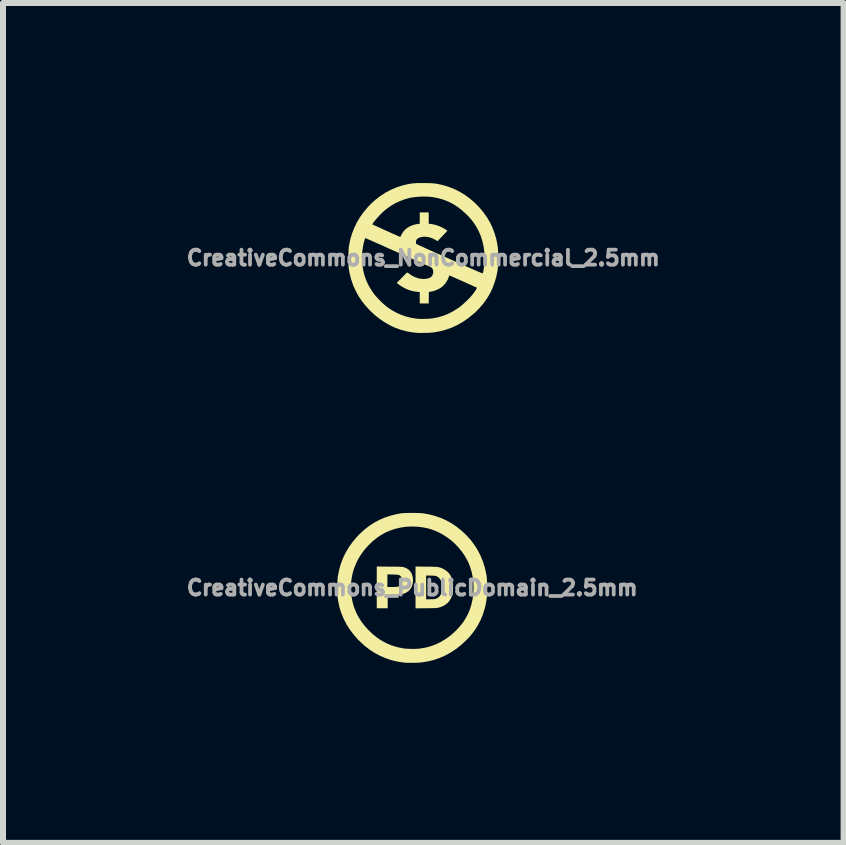
<source format=kicad_pcb>
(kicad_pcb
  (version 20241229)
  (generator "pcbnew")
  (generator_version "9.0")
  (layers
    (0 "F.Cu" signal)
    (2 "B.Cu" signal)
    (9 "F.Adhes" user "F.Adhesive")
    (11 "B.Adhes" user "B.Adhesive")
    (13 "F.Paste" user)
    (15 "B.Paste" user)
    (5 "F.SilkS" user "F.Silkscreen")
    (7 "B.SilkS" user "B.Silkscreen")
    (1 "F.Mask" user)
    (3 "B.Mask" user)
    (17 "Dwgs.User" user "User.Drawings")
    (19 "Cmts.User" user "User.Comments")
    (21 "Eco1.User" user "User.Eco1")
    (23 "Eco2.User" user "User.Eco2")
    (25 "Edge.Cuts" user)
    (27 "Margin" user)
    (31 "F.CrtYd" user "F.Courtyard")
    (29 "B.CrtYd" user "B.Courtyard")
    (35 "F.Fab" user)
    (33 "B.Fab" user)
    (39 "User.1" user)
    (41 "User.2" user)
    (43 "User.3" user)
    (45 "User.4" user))
  (footprint "CreativeCommons_NonCommercial_2.5mm"
    (layer "F.Cu")
    (at 4.003 1.248)
    (property "Reference" "CreativeCommons_NonCommercial_2.5mm" (at 0 0 0) (layer "F.Fab") (effects (font (size 0.25 0.25) (thickness 0.3))))
    (attr board_only exclude_from_pos_files exclude_from_bom)
    (fp_poly (pts (xy 0.055 -1.247) (xy 0.099 -1.246) (xy 0.137 -1.245) (xy 0.171 -1.242) (xy 0.202 -1.239) (xy 0.233 -1.234) (xy 0.266 -1.227) (xy 0.301 -1.22) (xy 0.317 -1.216) (xy 0.417 -1.187) (xy 0.513 -1.149) (xy 0.605 -1.104) (xy 0.694 -1.05) (xy 0.778 -0.989) (xy 0.858 -0.92) (xy 0.932 -0.844) (xy 0.94 -0.835) (xy 1.006 -0.755) (xy 1.064 -0.673) (xy 1.113 -0.589) (xy 1.155 -0.501) (xy 1.189 -0.409) (xy 1.217 -0.312) (xy 1.237 -0.21) (xy 1.24 -0.195) (xy 1.243 -0.17) (xy 1.245 -0.137) (xy 1.247 -0.099) (xy 1.248 -0.057) (xy 1.248 -0.012) (xy 1.248 0.033) (xy 1.247 0.076) (xy 1.246 0.117) (xy 1.244 0.153) (xy 1.241 0.182) (xy 1.24 0.194) (xy 1.22 0.3) (xy 1.192 0.4) (xy 1.157 0.496) (xy 1.115 0.586) (xy 1.064 0.672) (xy 1.006 0.754) (xy 0.939 0.833) (xy 0.865 0.908) (xy 0.837 0.932) (xy 0.752 1.002) (xy 0.664 1.063) (xy 0.574 1.115) (xy 0.48 1.159) (xy 0.383 1.194) (xy 0.283 1.221) (xy 0.18 1.24) (xy 0.152 1.243) (xy 0.133 1.245) (xy 0.107 1.246) (xy 0.076 1.248) (xy 0.043 1.249) (xy 0.009 1.249) (xy -0.025 1.25) (xy -0.057 1.25) (xy -0.085 1.249) (xy -0.107 1.248) (xy -0.122 1.247) (xy -0.123 1.247) (xy -0.132 1.246) (xy -0.148 1.244) (xy -0.167 1.241) (xy -0.175 1.241) (xy -0.274 1.224) (xy -0.37 1.199) (xy -0.465 1.165) (xy -0.557 1.122) (xy -0.646 1.071) (xy -0.732 1.012) (xy -0.815 0.945) (xy -0.882 0.882) (xy -0.956 0.803) (xy -1.021 0.721) (xy -1.078 0.637) (xy -1.126 0.549) (xy -1.167 0.458) (xy -1.2 0.363) (xy -1.226 0.263) (xy -1.242 0.175) (xy -1.244 0.152) (xy -1.246 0.122) (xy -1.247 0.086) (xy -1.248 0.046) (xy -1.248 0.004) (xy -1.248 -0.014) (xy -1.022 -0.014) (xy -1.021 0.04) (xy -1.013 0.135) (xy -0.997 0.225) (xy -0.974 0.311) (xy -0.942 0.394) (xy -0.903 0.474) (xy -0.854 0.552) (xy -0.819 0.602) (xy -0.798 0.628) (xy -0.772 0.657) (xy -0.742 0.689) (xy -0.711 0.721) (xy -0.679 0.752) (xy -0.648 0.78) (xy -0.621 0.803) (xy -0.608 0.813) (xy -0.529 0.867) (xy -0.449 0.912) (xy -0.365 0.949) (xy -0.279 0.979) (xy -0.189 1) (xy -0.094 1.014) (xy -0.077 1.015) (xy -0.057 1.016) (xy -0.03 1.017) (xy 0.001 1.016) (xy 0.036 1.015) (xy 0.07 1.014) (xy 0.103 1.012) (xy 0.132 1.009) (xy 0.154 1.007) (xy 0.155 1.007) (xy 0.246 0.989) (xy 0.333 0.964) (xy 0.418 0.93) (xy 0.499 0.888) (xy 0.579 0.837) (xy 0.613 0.813) (xy 0.639 0.792) (xy 0.669 0.765) (xy 0.702 0.735) (xy 0.734 0.704) (xy 0.766 0.672) (xy 0.794 0.642) (xy 0.816 0.615) (xy 0.818 0.614) (xy 0.836 0.59) (xy 0.853 0.567) (xy 0.868 0.545) (xy 0.88 0.526) (xy 0.888 0.511) (xy 0.893 0.5) (xy 0.893 0.496) (xy 0.888 0.493) (xy 0.876 0.488) (xy 0.858 0.48) (xy 0.834 0.469) (xy 0.805 0.456) (xy 0.773 0.441) (xy 0.738 0.426) (xy 0.702 0.409) (xy 0.664 0.392) (xy 0.626 0.375) (xy 0.589 0.359) (xy 0.555 0.344) (xy 0.523 0.329) (xy 0.494 0.317) (xy 0.471 0.306) (xy 0.452 0.298) (xy 0.441 0.294) (xy 0.438 0.292) (xy 0.434 0.295) (xy 0.429 0.306) (xy 0.425 0.317) (xy 0.409 0.359) (xy 0.385 0.4) (xy 0.356 0.439) (xy 0.323 0.473) (xy 0.295 0.495) (xy 0.254 0.519) (xy 0.209 0.539) (xy 0.164 0.554) (xy 0.121 0.563) (xy 0.12 0.563) (xy 0.093 0.566) (xy 0.092 0.663) (xy 0.091 0.759) (xy -0.059 0.759) (xy -0.059 0.569) (xy -0.09 0.566) (xy -0.137 0.56) (xy -0.183 0.551) (xy -0.224 0.54) (xy -0.23 0.538) (xy -0.264 0.525) (xy -0.302 0.508) (xy -0.34 0.487) (xy -0.376 0.465) (xy -0.402 0.447) (xy -0.442 0.417) (xy -0.413 0.387) (xy -0.385 0.358) (xy -0.358 0.331) (xy -0.334 0.306) (xy -0.312 0.284) (xy -0.294 0.265) (xy -0.28 0.252) (xy -0.27 0.243) (xy -0.267 0.241) (xy -0.262 0.244) (xy -0.251 0.251) (xy -0.238 0.261) (xy -0.231 0.266) (xy -0.182 0.299) (xy -0.129 0.324) (xy -0.075 0.341) (xy -0.019 0.35) (xy 0.005 0.351) (xy 0.049 0.348) (xy 0.086 0.34) (xy 0.116 0.327) (xy 0.14 0.308) (xy 0.155 0.284) (xy 0.164 0.254) (xy 0.166 0.234) (xy 0.165 0.215) (xy 0.163 0.202) (xy 0.158 0.19) (xy 0.152 0.18) (xy 0.147 0.172) (xy 0.143 0.166) (xy 0.136 0.161) (xy 0.128 0.155) (xy 0.115 0.149) (xy 0.098 0.14) (xy 0.074 0.13) (xy 0.052 0.121) (xy 0.037 0.114) (xy 0.022 0.107) (xy 0.006 0.101) (xy -0.01 0.093) (xy -0.028 0.086) (xy -0.048 0.077) (xy -0.07 0.067) (xy -0.094 0.056) (xy -0.122 0.044) (xy -0.154 0.03) (xy -0.191 0.013) (xy -0.232 -0.005) (xy -0.278 -0.026) (xy -0.33 -0.049) (xy -0.388 -0.075) (xy -0.453 -0.104) (xy -0.526 -0.136) (xy -0.606 -0.172) (xy -0.619 -0.178) (xy -0.672 -0.202) (xy -0.722 -0.224) (xy -0.77 -0.245) (xy -0.813 -0.264) (xy -0.853 -0.282) (xy -0.887 -0.297) (xy -0.916 -0.31) (xy -0.939 -0.32) (xy -0.955 -0.327) (xy -0.964 -0.331) (xy -0.966 -0.332) (xy -0.968 -0.328) (xy -0.973 -0.316) (xy -0.978 -0.299) (xy -0.984 -0.278) (xy -0.99 -0.255) (xy -0.996 -0.23) (xy -1.001 -0.207) (xy -1.002 -0.203) (xy -1.012 -0.142) (xy -1.019 -0.078) (xy -1.022 -0.014) (xy -1.248 -0.014) (xy -1.248 -0.039) (xy -1.247 -0.08) (xy -1.245 -0.119) (xy -1.243 -0.153) (xy -1.241 -0.181) (xy -1.239 -0.193) (xy -1.219 -0.298) (xy -1.19 -0.399) (xy -1.152 -0.497) (xy -1.12 -0.563) (xy -0.847 -0.563) (xy -0.847 -0.559) (xy -0.842 -0.556) (xy -0.83 -0.55) (xy -0.811 -0.542) (xy -0.787 -0.531) (xy -0.759 -0.518) (xy -0.726 -0.503) (xy -0.691 -0.487) (xy -0.654 -0.47) (xy -0.616 -0.453) (xy -0.578 -0.436) (xy -0.541 -0.419) (xy -0.505 -0.403) (xy -0.473 -0.389) (xy -0.444 -0.376) (xy -0.419 -0.365) (xy -0.4 -0.357) (xy -0.388 -0.352) (xy -0.382 -0.35) (xy -0.382 -0.35) (xy -0.379 -0.354) (xy -0.375 -0.364) (xy -0.373 -0.368) (xy -0.366 -0.384) (xy -0.355 -0.405) (xy -0.34 -0.427) (xy -0.324 -0.448) (xy -0.309 -0.466) (xy -0.302 -0.472) (xy -0.266 -0.501) (xy -0.224 -0.526) (xy -0.192 -0.54) (xy -0.167 -0.549) (xy -0.141 -0.556) (xy -0.114 -0.562) (xy -0.091 -0.567) (xy -0.073 -0.568) (xy -0.059 -0.568) (xy -0.059 -0.759) (xy 0.091 -0.759) (xy 0.091 -0.57) (xy 0.133 -0.565) (xy 0.197 -0.553) (xy 0.259 -0.532) (xy 0.307 -0.511) (xy 0.331 -0.498) (xy 0.354 -0.486) (xy 0.373 -0.474) (xy 0.388 -0.463) (xy 0.398 -0.455) (xy 0.4 -0.451) (xy 0.397 -0.447) (xy 0.388 -0.437) (xy 0.375 -0.423) (xy 0.358 -0.405) (xy 0.338 -0.384) (xy 0.319 -0.364) (xy 0.238 -0.28) (xy 0.207 -0.299) (xy 0.155 -0.325) (xy 0.104 -0.343) (xy 0.053 -0.353) (xy 0.003 -0.353) (xy -0.036 -0.347) (xy -0.066 -0.338) (xy -0.09 -0.325) (xy -0.108 -0.31) (xy -0.115 -0.299) (xy -0.12 -0.283) (xy -0.122 -0.265) (xy -0.122 -0.248) (xy -0.118 -0.236) (xy -0.117 -0.235) (xy -0.116 -0.234) (xy -0.114 -0.233) (xy -0.11 -0.23) (xy -0.105 -0.228) (xy -0.097 -0.224) (xy -0.087 -0.219) (xy -0.074 -0.213) (xy -0.058 -0.205) (xy -0.039 -0.196) (xy -0.015 -0.186) (xy 0.013 -0.173) (xy 0.046 -0.158) (xy 0.083 -0.141) (xy 0.126 -0.122) (xy 0.175 -0.1) (xy 0.23 -0.076) (xy 0.291 -0.048) (xy 0.36 -0.018) (xy 0.435 0.016) (xy 0.518 0.053) (xy 0.602 0.09) (xy 0.672 0.121) (xy 0.733 0.149) (xy 0.787 0.172) (xy 0.834 0.193) (xy 0.873 0.21) (xy 0.907 0.225) (xy 0.934 0.236) (xy 0.956 0.245) (xy 0.972 0.251) (xy 0.983 0.255) (xy 0.99 0.257) (xy 0.992 0.257) (xy 0.994 0.25) (xy 0.997 0.237) (xy 1.001 0.218) (xy 1.005 0.197) (xy 1.017 0.101) (xy 1.022 0.005) (xy 1.018 -0.09) (xy 1.007 -0.182) (xy 0.987 -0.272) (xy 0.961 -0.358) (xy 0.926 -0.441) (xy 0.885 -0.518) (xy 0.865 -0.55) (xy 0.837 -0.591) (xy 0.809 -0.628) (xy 0.78 -0.662) (xy 0.748 -0.698) (xy 0.718 -0.727) (xy 0.646 -0.793) (xy 0.571 -0.851) (xy 0.494 -0.9) (xy 0.413 -0.941) (xy 0.328 -0.973) (xy 0.24 -0.998) (xy 0.147 -1.015) (xy 0.139 -1.016) (xy 0.079 -1.021) (xy 0.014 -1.023) (xy -0.053 -1.021) (xy -0.12 -1.016) (xy -0.184 -1.008) (xy -0.229 -1) (xy -0.31 -0.977) (xy -0.39 -0.947) (xy -0.469 -0.91) (xy -0.544 -0.865) (xy -0.614 -0.816) (xy -0.639 -0.795) (xy -0.661 -0.776) (xy -0.684 -0.754) (xy -0.708 -0.73) (xy -0.733 -0.704) (xy -0.757 -0.678) (xy -0.78 -0.653) (xy -0.8 -0.628) (xy -0.818 -0.607) (xy -0.832 -0.588) (xy -0.842 -0.573) (xy -0.847 -0.563) (xy -1.12 -0.563) (xy -1.107 -0.591) (xy -1.053 -0.682) (xy -0.991 -0.768) (xy -0.92 -0.851) (xy -0.88 -0.893) (xy -0.801 -0.966) (xy -0.718 -1.03) (xy -0.631 -1.087) (xy -0.541 -1.135) (xy -0.447 -1.175) (xy -0.349 -1.207) (xy -0.266 -1.227) (xy -0.236 -1.233) (xy -0.21 -1.237) (xy -0.185 -1.241) (xy -0.161 -1.243) (xy -0.134 -1.245) (xy -0.105 -1.247) (xy -0.071 -1.247) (xy -0.031 -1.248) (xy 0.005 -1.248)) (stroke (width 0) (type solid)) (fill yes) (layer "F.SilkS")))
  (footprint "CreativeCommons_PublicDomain_2.5mm"
    (layer "F.Cu")
    (at 3.819 6.745)
    (property "Reference" "CreativeCommons_PublicDomain_2.5mm" (at 0 0 0) (layer "F.Fab") (effects (font (size 0.25 0.25) (thickness 0.3))))
    (attr board_only exclude_from_pos_files exclude_from_bom)
    (fp_poly (pts (xy -0.381 -0.353) (xy -0.33 -0.353) (xy -0.288 -0.353) (xy -0.253 -0.352) (xy -0.225 -0.351) (xy -0.202 -0.351) (xy -0.184 -0.35) (xy -0.17 -0.349) (xy -0.159 -0.347) (xy -0.15 -0.346) (xy -0.143 -0.344) (xy -0.1 -0.328) (xy -0.065 -0.307) (xy -0.037 -0.28) (xy -0.015 -0.248) (xy 0.001 -0.209) (xy 0.008 -0.18) (xy 0.013 -0.132) (xy 0.011 -0.086) (xy 0.001 -0.043) (xy -0.016 -0.003) (xy -0.04 0.031) (xy -0.07 0.06) (xy -0.104 0.082) (xy -0.125 0.091) (xy -0.144 0.099) (xy -0.164 0.105) (xy -0.185 0.11) (xy -0.21 0.113) (xy -0.24 0.115) (xy -0.276 0.116) (xy -0.303 0.117) (xy -0.409 0.119) (xy -0.409 0.341) (xy -0.591 0.341) (xy -0.591 -0.224) (xy -0.414 -0.224) (xy -0.414 -0.013) (xy -0.326 -0.014) (xy -0.295 -0.015) (xy -0.272 -0.016) (xy -0.255 -0.017) (xy -0.243 -0.018) (xy -0.234 -0.02) (xy -0.226 -0.023) (xy -0.217 -0.027) (xy -0.216 -0.028) (xy -0.194 -0.043) (xy -0.178 -0.064) (xy -0.168 -0.088) (xy -0.164 -0.114) (xy -0.165 -0.141) (xy -0.173 -0.165) (xy -0.186 -0.187) (xy -0.206 -0.205) (xy -0.219 -0.212) (xy -0.228 -0.215) (xy -0.239 -0.217) (xy -0.254 -0.219) (xy -0.274 -0.22) (xy -0.301 -0.221) (xy -0.326 -0.222) (xy -0.414 -0.224) (xy -0.591 -0.224) (xy -0.591 -0.355)) (stroke (width 0) (type solid)) (fill yes) (layer "F.SilkS"))
    (fp_poly (pts (xy 0.233 -0.353) (xy 0.283 -0.353) (xy 0.325 -0.352) (xy 0.36 -0.351) (xy 0.389 -0.35) (xy 0.413 -0.348) (xy 0.434 -0.345) (xy 0.452 -0.341) (xy 0.468 -0.337) (xy 0.484 -0.331) (xy 0.501 -0.323) (xy 0.519 -0.315) (xy 0.522 -0.313) (xy 0.557 -0.292) (xy 0.589 -0.266) (xy 0.617 -0.236) (xy 0.638 -0.204) (xy 0.64 -0.201) (xy 0.656 -0.163) (xy 0.669 -0.118) (xy 0.677 -0.069) (xy 0.68 -0.017) (xy 0.679 0.035) (xy 0.673 0.086) (xy 0.666 0.12) (xy 0.649 0.168) (xy 0.625 0.21) (xy 0.594 0.248) (xy 0.556 0.279) (xy 0.511 0.305) (xy 0.46 0.325) (xy 0.448 0.328) (xy 0.438 0.331) (xy 0.428 0.333) (xy 0.418 0.334) (xy 0.405 0.336) (xy 0.39 0.337) (xy 0.371 0.338) (xy 0.346 0.338) (xy 0.316 0.339) (xy 0.278 0.339) (xy 0.233 0.34) (xy 0.055 0.342) (xy 0.055 -0.205) (xy 0.232 -0.205) (xy 0.232 0.192) (xy 0.308 0.19) (xy 0.337 0.189) (xy 0.358 0.189) (xy 0.374 0.187) (xy 0.386 0.185) (xy 0.396 0.183) (xy 0.406 0.179) (xy 0.407 0.178) (xy 0.438 0.159) (xy 0.462 0.134) (xy 0.481 0.102) (xy 0.493 0.063) (xy 0.499 0.018) (xy 0.5 -0.007) (xy 0.497 -0.055) (xy 0.488 -0.097) (xy 0.472 -0.132) (xy 0.451 -0.161) (xy 0.423 -0.183) (xy 0.407 -0.192) (xy 0.397 -0.196) (xy 0.387 -0.198) (xy 0.375 -0.201) (xy 0.36 -0.202) (xy 0.338 -0.203) (xy 0.31 -0.204) (xy 0.308 -0.204) (xy 0.232 -0.205) (xy 0.055 -0.205) (xy 0.055 -0.355)) (stroke (width 0) (type solid)) (fill yes) (layer "F.SilkS"))
    (fp_poly (pts (xy 0.033 -1.248) (xy 0.074 -1.247) (xy 0.114 -1.246) (xy 0.148 -1.244) (xy 0.177 -1.242) (xy 0.195 -1.239) (xy 0.298 -1.22) (xy 0.394 -1.194) (xy 0.486 -1.161) (xy 0.573 -1.121) (xy 0.656 -1.074) (xy 0.737 -1.02) (xy 0.745 -1.014) (xy 0.831 -0.944) (xy 0.909 -0.87) (xy 0.979 -0.792) (xy 1.041 -0.708) (xy 1.096 -0.62) (xy 1.142 -0.527) (xy 1.181 -0.43) (xy 1.212 -0.329) (xy 1.235 -0.223) (xy 1.239 -0.2) (xy 1.242 -0.175) (xy 1.244 -0.144) (xy 1.246 -0.107) (xy 1.248 -0.066) (xy 1.249 -0.024) (xy 1.249 0.019) (xy 1.249 0.059) (xy 1.248 0.095) (xy 1.247 0.126) (xy 1.246 0.139) (xy 1.231 0.245) (xy 1.208 0.346) (xy 1.178 0.443) (xy 1.14 0.535) (xy 1.094 0.623) (xy 1.057 0.682) (xy 1.027 0.725) (xy 0.999 0.763) (xy 0.97 0.798) (xy 0.938 0.834) (xy 0.901 0.872) (xy 0.898 0.875) (xy 0.816 0.951) (xy 0.732 1.018) (xy 0.644 1.076) (xy 0.552 1.127) (xy 0.458 1.168) (xy 0.359 1.202) (xy 0.258 1.227) (xy 0.152 1.243) (xy 0.152 1.243) (xy 0.131 1.245) (xy 0.103 1.247) (xy 0.07 1.248) (xy 0.034 1.249) (xy -0.002 1.249) (xy -0.038 1.249) (xy -0.072 1.249) (xy -0.1 1.249) (xy -0.122 1.247) (xy -0.127 1.247) (xy -0.233 1.232) (xy -0.336 1.208) (xy -0.434 1.176) (xy -0.529 1.136) (xy -0.621 1.088) (xy -0.709 1.031) (xy -0.793 0.966) (xy -0.873 0.892) (xy -0.899 0.867) (xy -0.972 0.785) (xy -1.036 0.7) (xy -1.093 0.612) (xy -1.14 0.521) (xy -1.18 0.426) (xy -1.211 0.329) (xy -1.233 0.227) (xy -1.246 0.135) (xy -1.248 0.108) (xy -1.249 0.074) (xy -1.249 0.036) (xy -1.249 0.022) (xy -1.02 0.022) (xy -1.019 0.067) (xy -1.016 0.108) (xy -1.012 0.143) (xy -1.012 0.145) (xy -0.994 0.238) (xy -0.969 0.325) (xy -0.935 0.409) (xy -0.894 0.489) (xy -0.845 0.566) (xy -0.787 0.641) (xy -0.734 0.699) (xy -0.662 0.768) (xy -0.587 0.829) (xy -0.508 0.881) (xy -0.427 0.925) (xy -0.341 0.961) (xy -0.252 0.988) (xy -0.159 1.007) (xy -0.133 1.011) (xy -0.103 1.014) (xy -0.066 1.016) (xy -0.025 1.017) (xy 0.018 1.018) (xy 0.059 1.017) (xy 0.098 1.015) (xy 0.13 1.012) (xy 0.135 1.011) (xy 0.228 0.995) (xy 0.317 0.97) (xy 0.403 0.938) (xy 0.485 0.897) (xy 0.565 0.848) (xy 0.642 0.791) (xy 0.716 0.724) (xy 0.734 0.707) (xy 0.794 0.642) (xy 0.847 0.576) (xy 0.891 0.506) (xy 0.923 0.448) (xy 0.958 0.367) (xy 0.985 0.282) (xy 1.005 0.193) (xy 1.017 0.102) (xy 1.022 0.01) (xy 1.019 -0.083) (xy 1.008 -0.175) (xy 0.99 -0.265) (xy 0.963 -0.353) (xy 0.959 -0.364) (xy 0.926 -0.443) (xy 0.884 -0.519) (xy 0.835 -0.593) (xy 0.779 -0.663) (xy 0.717 -0.729) (xy 0.65 -0.79) (xy 0.578 -0.844) (xy 0.502 -0.892) (xy 0.462 -0.914) (xy 0.392 -0.947) (xy 0.321 -0.973) (xy 0.249 -0.994) (xy 0.173 -1.008) (xy 0.091 -1.018) (xy 0.089 -1.018) (xy -0.004 -1.022) (xy -0.097 -1.018) (xy -0.188 -1.005) (xy -0.277 -0.985) (xy -0.362 -0.957) (xy -0.444 -0.922) (xy -0.509 -0.886) (xy -0.585 -0.836) (xy -0.657 -0.778) (xy -0.725 -0.713) (xy -0.788 -0.643) (xy -0.844 -0.569) (xy -0.893 -0.492) (xy -0.921 -0.439) (xy -0.951 -0.371) (xy -0.976 -0.304) (xy -0.995 -0.235) (xy -1.009 -0.162) (xy -1.012 -0.145) (xy -1.016 -0.111) (xy -1.019 -0.07) (xy -1.02 -0.025) (xy -1.02 0.022) (xy -1.249 0.022) (xy -1.249 -0.006) (xy -1.248 -0.048) (xy -1.247 -0.09) (xy -1.245 -0.128) (xy -1.243 -0.162) (xy -1.24 -0.189) (xy -1.239 -0.195) (xy -1.218 -0.3) (xy -1.189 -0.401) (xy -1.152 -0.499) (xy -1.106 -0.593) (xy -1.052 -0.683) (xy -0.989 -0.77) (xy -0.919 -0.852) (xy -0.88 -0.893) (xy -0.801 -0.966) (xy -0.72 -1.03) (xy -0.634 -1.086) (xy -0.545 -1.133) (xy -0.451 -1.173) (xy -0.353 -1.205) (xy -0.25 -1.23) (xy -0.18 -1.242) (xy -0.157 -1.244) (xy -0.127 -1.246) (xy -0.092 -1.247) (xy -0.052 -1.248) (xy -0.01 -1.248)) (stroke (width 0) (type solid)) (fill yes) (layer "F.SilkS")))
  (gr_rect
    (start -3 -3)
    (end 11.007 10.995)
    (stroke (width 0.1) (type default))
    (fill no)
    (layer "Edge.Cuts")))
</source>
